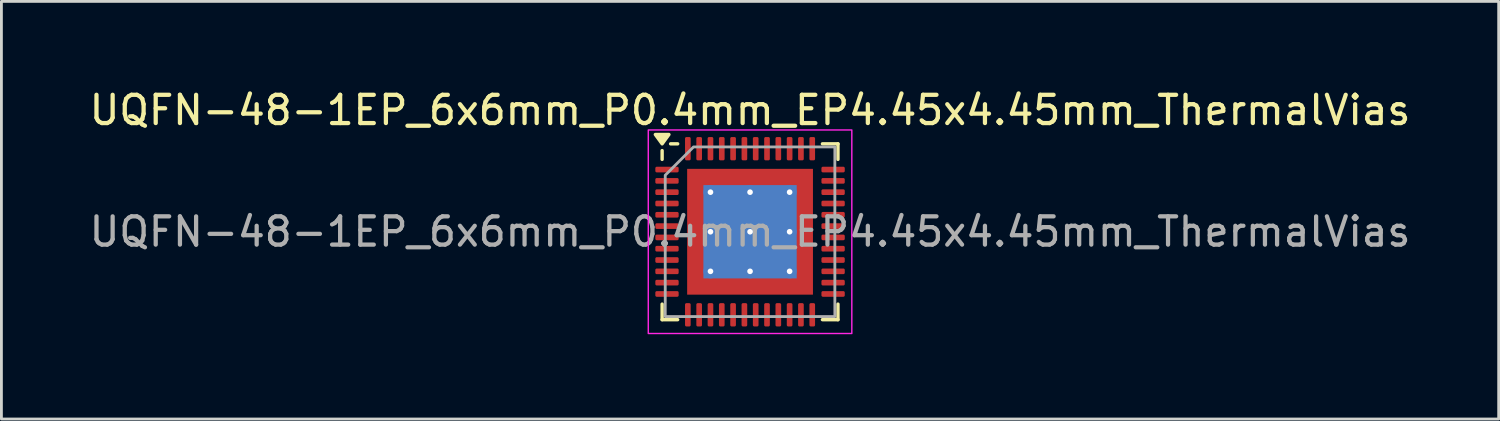
<source format=kicad_pcb>
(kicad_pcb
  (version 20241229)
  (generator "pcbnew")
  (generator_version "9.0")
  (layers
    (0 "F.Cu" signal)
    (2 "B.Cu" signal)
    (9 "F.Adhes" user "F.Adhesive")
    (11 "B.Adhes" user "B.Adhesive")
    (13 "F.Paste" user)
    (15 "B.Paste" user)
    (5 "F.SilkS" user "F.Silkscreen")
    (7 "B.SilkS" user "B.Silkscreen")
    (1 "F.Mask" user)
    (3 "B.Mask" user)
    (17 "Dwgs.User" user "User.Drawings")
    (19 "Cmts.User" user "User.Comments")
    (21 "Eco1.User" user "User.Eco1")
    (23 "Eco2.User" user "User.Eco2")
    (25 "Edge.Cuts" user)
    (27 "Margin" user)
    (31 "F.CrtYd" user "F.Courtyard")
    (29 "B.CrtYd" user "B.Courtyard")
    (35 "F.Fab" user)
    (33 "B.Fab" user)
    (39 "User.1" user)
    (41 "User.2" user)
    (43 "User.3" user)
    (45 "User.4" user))
  (footprint "UQFN-48-1EP_6x6mm_P0.4mm_EP4.45x4.45mm_ThermalVias"
    (layer "F.Cu")
    (at 23.482 5.148)
    (property "Reference" "UQFN-48-1EP_6x6mm_P0.4mm_EP4.45x4.45mm_ThermalVias" (at 0 -4.3 0) (layer "F.SilkS") (effects (font (size 1 1) (thickness 0.15))))
    (attr smd)
    (fp_line (start -3.11 -2.56) (end -3.11 -2.87) (stroke (width 0.12) (type solid)) (layer "F.SilkS"))
    (fp_line (start -3.11 3.11) (end -3.11 2.56) (stroke (width 0.12) (type solid)) (layer "F.SilkS"))
    (fp_line (start -2.56 -3.11) (end -2.81 -3.11) (stroke (width 0.12) (type solid)) (layer "F.SilkS"))
    (fp_line (start -2.56 3.11) (end -3.11 3.11) (stroke (width 0.12) (type solid)) (layer "F.SilkS"))
    (fp_line (start 2.56 -3.11) (end 3.11 -3.11) (stroke (width 0.12) (type solid)) (layer "F.SilkS"))
    (fp_line (start 2.56 3.11) (end 3.11 3.11) (stroke (width 0.12) (type solid)) (layer "F.SilkS"))
    (fp_line (start 3.11 -3.11) (end 3.11 -2.56) (stroke (width 0.12) (type solid)) (layer "F.SilkS"))
    (fp_line (start 3.11 3.11) (end 3.11 2.56) (stroke (width 0.12) (type solid)) (layer "F.SilkS"))
    (fp_poly (pts (xy -3.11 -3.11) (xy -3.35 -3.44) (xy -2.87 -3.44)) (stroke (width 0.12) (type solid)) (fill yes) (layer "F.SilkS"))
    (fp_rect (start -3.6 -3.6) (end 3.6 3.6) (stroke (width 0.05) (type solid)) (fill no) (layer "F.CrtYd"))
    (fp_poly (pts (xy -3 -2) (xy -3 3) (xy 3 3) (xy 3 -3) (xy -2 -3)) (stroke (width 0.1) (type solid)) (fill no) (layer "F.Fab"))
    (fp_text user "${REFERENCE}" (at 0 0 0) (layer "F.Fab") (effects (font (size 1 1) (thickness 0.15))))
    (pad "" smd custom (at -1.812 -1.812) (size 0.578 0.578) (layers "F.Paste") (options (anchor circle)) (primitives (gr_poly (pts (xy -0.246 -0.246) (xy 0.246 -0.246) (xy 0.246 0.174) (xy 0.174 0.246) (xy -0.246 0.246)) (width 0.174) (fill yes))))
    (pad "" smd roundrect (at -1.812 -0.7) (size 0.665 1.129) (layers "F.Paste") (roundrect_rratio 0.25))
    (pad "" smd roundrect (at -1.812 0.7) (size 0.665 1.129) (layers "F.Paste") (roundrect_rratio 0.25))
    (pad "" smd custom (at -1.812 1.812) (size 0.578 0.578) (layers "F.Paste") (options (anchor circle)) (primitives (gr_poly (pts (xy -0.246 -0.246) (xy 0.174 -0.246) (xy 0.246 -0.174) (xy 0.246 0.246) (xy -0.246 0.246)) (width 0.174) (fill yes))))
    (pad "" smd roundrect (at -0.7 -1.812) (size 1.129 0.665) (layers "F.Paste") (roundrect_rratio 0.25))
    (pad "" smd roundrect (at -0.7 -0.7) (size 1.129 1.129) (layers "F.Paste") (roundrect_rratio 0.221))
    (pad "" smd roundrect (at -0.7 0.7) (size 1.129 1.129) (layers "F.Paste") (roundrect_rratio 0.221))
    (pad "" smd roundrect (at -0.7 1.812) (size 1.129 0.665) (layers "F.Paste") (roundrect_rratio 0.25))
    (pad "" smd roundrect (at 0.7 -1.812) (size 1.129 0.665) (layers "F.Paste") (roundrect_rratio 0.25))
    (pad "" smd roundrect (at 0.7 -0.7) (size 1.129 1.129) (layers "F.Paste") (roundrect_rratio 0.221))
    (pad "" smd roundrect (at 0.7 0.7) (size 1.129 1.129) (layers "F.Paste") (roundrect_rratio 0.221))
    (pad "" smd roundrect (at 0.7 1.812) (size 1.129 0.665) (layers "F.Paste") (roundrect_rratio 0.25))
    (pad "" smd custom (at 1.812 -1.812) (size 0.578 0.578) (layers "F.Paste") (options (anchor circle)) (primitives (gr_poly (pts (xy -0.246 -0.246) (xy 0.246 -0.246) (xy 0.246 0.246) (xy -0.174 0.246) (xy -0.246 0.174)) (width 0.174) (fill yes))))
    (pad "" smd roundrect (at 1.812 -0.7) (size 0.665 1.129) (layers "F.Paste") (roundrect_rratio 0.25))
    (pad "" smd roundrect (at 1.812 0.7) (size 0.665 1.129) (layers "F.Paste") (roundrect_rratio 0.25))
    (pad "" smd custom (at 1.812 1.812) (size 0.578 0.578) (layers "F.Paste") (options (anchor circle)) (primitives (gr_poly (pts (xy -0.246 -0.174) (xy -0.174 -0.246) (xy 0.246 -0.246) (xy 0.246 0.246) (xy -0.246 0.246)) (width 0.174) (fill yes))))
    (pad "1" smd roundrect (at -2.938 -2.2) (size 0.825 0.2) (layers "F.Cu" "F.Mask" "F.Paste") (roundrect_rratio 0.25))
    (pad "2" smd roundrect (at -2.938 -1.8) (size 0.825 0.2) (layers "F.Cu" "F.Mask" "F.Paste") (roundrect_rratio 0.25))
    (pad "3" smd roundrect (at -2.938 -1.4) (size 0.825 0.2) (layers "F.Cu" "F.Mask" "F.Paste") (roundrect_rratio 0.25))
    (pad "4" smd roundrect (at -2.938 -1) (size 0.825 0.2) (layers "F.Cu" "F.Mask" "F.Paste") (roundrect_rratio 0.25))
    (pad "5" smd roundrect (at -2.938 -0.6) (size 0.825 0.2) (layers "F.Cu" "F.Mask" "F.Paste") (roundrect_rratio 0.25))
    (pad "6" smd roundrect (at -2.938 -0.2) (size 0.825 0.2) (layers "F.Cu" "F.Mask" "F.Paste") (roundrect_rratio 0.25))
    (pad "7" smd roundrect (at -2.938 0.2) (size 0.825 0.2) (layers "F.Cu" "F.Mask" "F.Paste") (roundrect_rratio 0.25))
    (pad "8" smd roundrect (at -2.938 0.6) (size 0.825 0.2) (layers "F.Cu" "F.Mask" "F.Paste") (roundrect_rratio 0.25))
    (pad "9" smd roundrect (at -2.938 1) (size 0.825 0.2) (layers "F.Cu" "F.Mask" "F.Paste") (roundrect_rratio 0.25))
    (pad "10" smd roundrect (at -2.938 1.4) (size 0.825 0.2) (layers "F.Cu" "F.Mask" "F.Paste") (roundrect_rratio 0.25))
    (pad "11" smd roundrect (at -2.938 1.8) (size 0.825 0.2) (layers "F.Cu" "F.Mask" "F.Paste") (roundrect_rratio 0.25))
    (pad "12" smd roundrect (at -2.938 2.2) (size 0.825 0.2) (layers "F.Cu" "F.Mask" "F.Paste") (roundrect_rratio 0.25))
    (pad "13" smd roundrect (at -2.2 2.938) (size 0.2 0.825) (layers "F.Cu" "F.Mask" "F.Paste") (roundrect_rratio 0.25))
    (pad "14" smd roundrect (at -1.8 2.938) (size 0.2 0.825) (layers "F.Cu" "F.Mask" "F.Paste") (roundrect_rratio 0.25))
    (pad "15" smd roundrect (at -1.4 2.938) (size 0.2 0.825) (layers "F.Cu" "F.Mask" "F.Paste") (roundrect_rratio 0.25))
    (pad "16" smd roundrect (at -1 2.938) (size 0.2 0.825) (layers "F.Cu" "F.Mask" "F.Paste") (roundrect_rratio 0.25))
    (pad "17" smd roundrect (at -0.6 2.938) (size 0.2 0.825) (layers "F.Cu" "F.Mask" "F.Paste") (roundrect_rratio 0.25))
    (pad "18" smd roundrect (at -0.2 2.938) (size 0.2 0.825) (layers "F.Cu" "F.Mask" "F.Paste") (roundrect_rratio 0.25))
    (pad "19" smd roundrect (at 0.2 2.938) (size 0.2 0.825) (layers "F.Cu" "F.Mask" "F.Paste") (roundrect_rratio 0.25))
    (pad "20" smd roundrect (at 0.6 2.938) (size 0.2 0.825) (layers "F.Cu" "F.Mask" "F.Paste") (roundrect_rratio 0.25))
    (pad "21" smd roundrect (at 1 2.938) (size 0.2 0.825) (layers "F.Cu" "F.Mask" "F.Paste") (roundrect_rratio 0.25))
    (pad "22" smd roundrect (at 1.4 2.938) (size 0.2 0.825) (layers "F.Cu" "F.Mask" "F.Paste") (roundrect_rratio 0.25))
    (pad "23" smd roundrect (at 1.8 2.938) (size 0.2 0.825) (layers "F.Cu" "F.Mask" "F.Paste") (roundrect_rratio 0.25))
    (pad "24" smd roundrect (at 2.2 2.938) (size 0.2 0.825) (layers "F.Cu" "F.Mask" "F.Paste") (roundrect_rratio 0.25))
    (pad "25" smd roundrect (at 2.938 2.2) (size 0.825 0.2) (layers "F.Cu" "F.Mask" "F.Paste") (roundrect_rratio 0.25))
    (pad "26" smd roundrect (at 2.938 1.8) (size 0.825 0.2) (layers "F.Cu" "F.Mask" "F.Paste") (roundrect_rratio 0.25))
    (pad "27" smd roundrect (at 2.938 1.4) (size 0.825 0.2) (layers "F.Cu" "F.Mask" "F.Paste") (roundrect_rratio 0.25))
    (pad "28" smd roundrect (at 2.938 1) (size 0.825 0.2) (layers "F.Cu" "F.Mask" "F.Paste") (roundrect_rratio 0.25))
    (pad "29" smd roundrect (at 2.938 0.6) (size 0.825 0.2) (layers "F.Cu" "F.Mask" "F.Paste") (roundrect_rratio 0.25))
    (pad "30" smd roundrect (at 2.938 0.2) (size 0.825 0.2) (layers "F.Cu" "F.Mask" "F.Paste") (roundrect_rratio 0.25))
    (pad "31" smd roundrect (at 2.938 -0.2) (size 0.825 0.2) (layers "F.Cu" "F.Mask" "F.Paste") (roundrect_rratio 0.25))
    (pad "32" smd roundrect (at 2.938 -0.6) (size 0.825 0.2) (layers "F.Cu" "F.Mask" "F.Paste") (roundrect_rratio 0.25))
    (pad "33" smd roundrect (at 2.938 -1) (size 0.825 0.2) (layers "F.Cu" "F.Mask" "F.Paste") (roundrect_rratio 0.25))
    (pad "34" smd roundrect (at 2.938 -1.4) (size 0.825 0.2) (layers "F.Cu" "F.Mask" "F.Paste") (roundrect_rratio 0.25))
    (pad "35" smd roundrect (at 2.938 -1.8) (size 0.825 0.2) (layers "F.Cu" "F.Mask" "F.Paste") (roundrect_rratio 0.25))
    (pad "36" smd roundrect (at 2.938 -2.2) (size 0.825 0.2) (layers "F.Cu" "F.Mask" "F.Paste") (roundrect_rratio 0.25))
    (pad "37" smd roundrect (at 2.2 -2.938) (size 0.2 0.825) (layers "F.Cu" "F.Mask" "F.Paste") (roundrect_rratio 0.25))
    (pad "38" smd roundrect (at 1.8 -2.938) (size 0.2 0.825) (layers "F.Cu" "F.Mask" "F.Paste") (roundrect_rratio 0.25))
    (pad "39" smd roundrect (at 1.4 -2.938) (size 0.2 0.825) (layers "F.Cu" "F.Mask" "F.Paste") (roundrect_rratio 0.25))
    (pad "40" smd roundrect (at 1 -2.938) (size 0.2 0.825) (layers "F.Cu" "F.Mask" "F.Paste") (roundrect_rratio 0.25))
    (pad "41" smd roundrect (at 0.6 -2.938) (size 0.2 0.825) (layers "F.Cu" "F.Mask" "F.Paste") (roundrect_rratio 0.25))
    (pad "42" smd roundrect (at 0.2 -2.938) (size 0.2 0.825) (layers "F.Cu" "F.Mask" "F.Paste") (roundrect_rratio 0.25))
    (pad "43" smd roundrect (at -0.2 -2.938) (size 0.2 0.825) (layers "F.Cu" "F.Mask" "F.Paste") (roundrect_rratio 0.25))
    (pad "44" smd roundrect (at -0.6 -2.938) (size 0.2 0.825) (layers "F.Cu" "F.Mask" "F.Paste") (roundrect_rratio 0.25))
    (pad "45" smd roundrect (at -1 -2.938) (size 0.2 0.825) (layers "F.Cu" "F.Mask" "F.Paste") (roundrect_rratio 0.25))
    (pad "46" smd roundrect (at -1.4 -2.938) (size 0.2 0.825) (layers "F.Cu" "F.Mask" "F.Paste") (roundrect_rratio 0.25))
    (pad "47" smd roundrect (at -1.8 -2.938) (size 0.2 0.825) (layers "F.Cu" "F.Mask" "F.Paste") (roundrect_rratio 0.25))
    (pad "48" smd roundrect (at -2.2 -2.938) (size 0.2 0.825) (layers "F.Cu" "F.Mask" "F.Paste") (roundrect_rratio 0.25))
    (pad "49" thru_hole circle (at -1.4 -1.4) (size 0.5 0.5) (drill 0.2) (property pad_prop_heatsink) (layers "*.Cu"))
    (pad "49" thru_hole circle (at -1.4 0) (size 0.5 0.5) (drill 0.2) (property pad_prop_heatsink) (layers "*.Cu"))
    (pad "49" thru_hole circle (at -1.4 1.4) (size 0.5 0.5) (drill 0.2) (property pad_prop_heatsink) (layers "*.Cu"))
    (pad "49" thru_hole circle (at 0 -1.4) (size 0.5 0.5) (drill 0.2) (property pad_prop_heatsink) (layers "*.Cu"))
    (pad "49" thru_hole circle (at 0 0) (size 0.5 0.5) (drill 0.2) (property pad_prop_heatsink) (layers "*.Cu"))
    (pad "49" smd rect (at 0 0) (size 3.3 3.3) (property pad_prop_heatsink) (layers "B.Cu"))
    (pad "49" smd rect (at 0 0) (size 4.45 4.45) (property pad_prop_heatsink) (layers "F.Cu" "F.Mask"))
    (pad "49" thru_hole circle (at 0 1.4) (size 0.5 0.5) (drill 0.2) (property pad_prop_heatsink) (layers "*.Cu"))
    (pad "49" thru_hole circle (at 1.4 -1.4) (size 0.5 0.5) (drill 0.2) (property pad_prop_heatsink) (layers "*.Cu"))
    (pad "49" thru_hole circle (at 1.4 0) (size 0.5 0.5) (drill 0.2) (property pad_prop_heatsink) (layers "*.Cu"))
    (pad "49" thru_hole circle (at 1.4 1.4) (size 0.5 0.5) (drill 0.2) (property pad_prop_heatsink) (layers "*.Cu")))
  (gr_rect
    (start -3 -3)
    (end 49.964 11.773)
    (stroke (width 0.1) (type default))
    (fill no)
    (layer "Edge.Cuts")))
</source>
